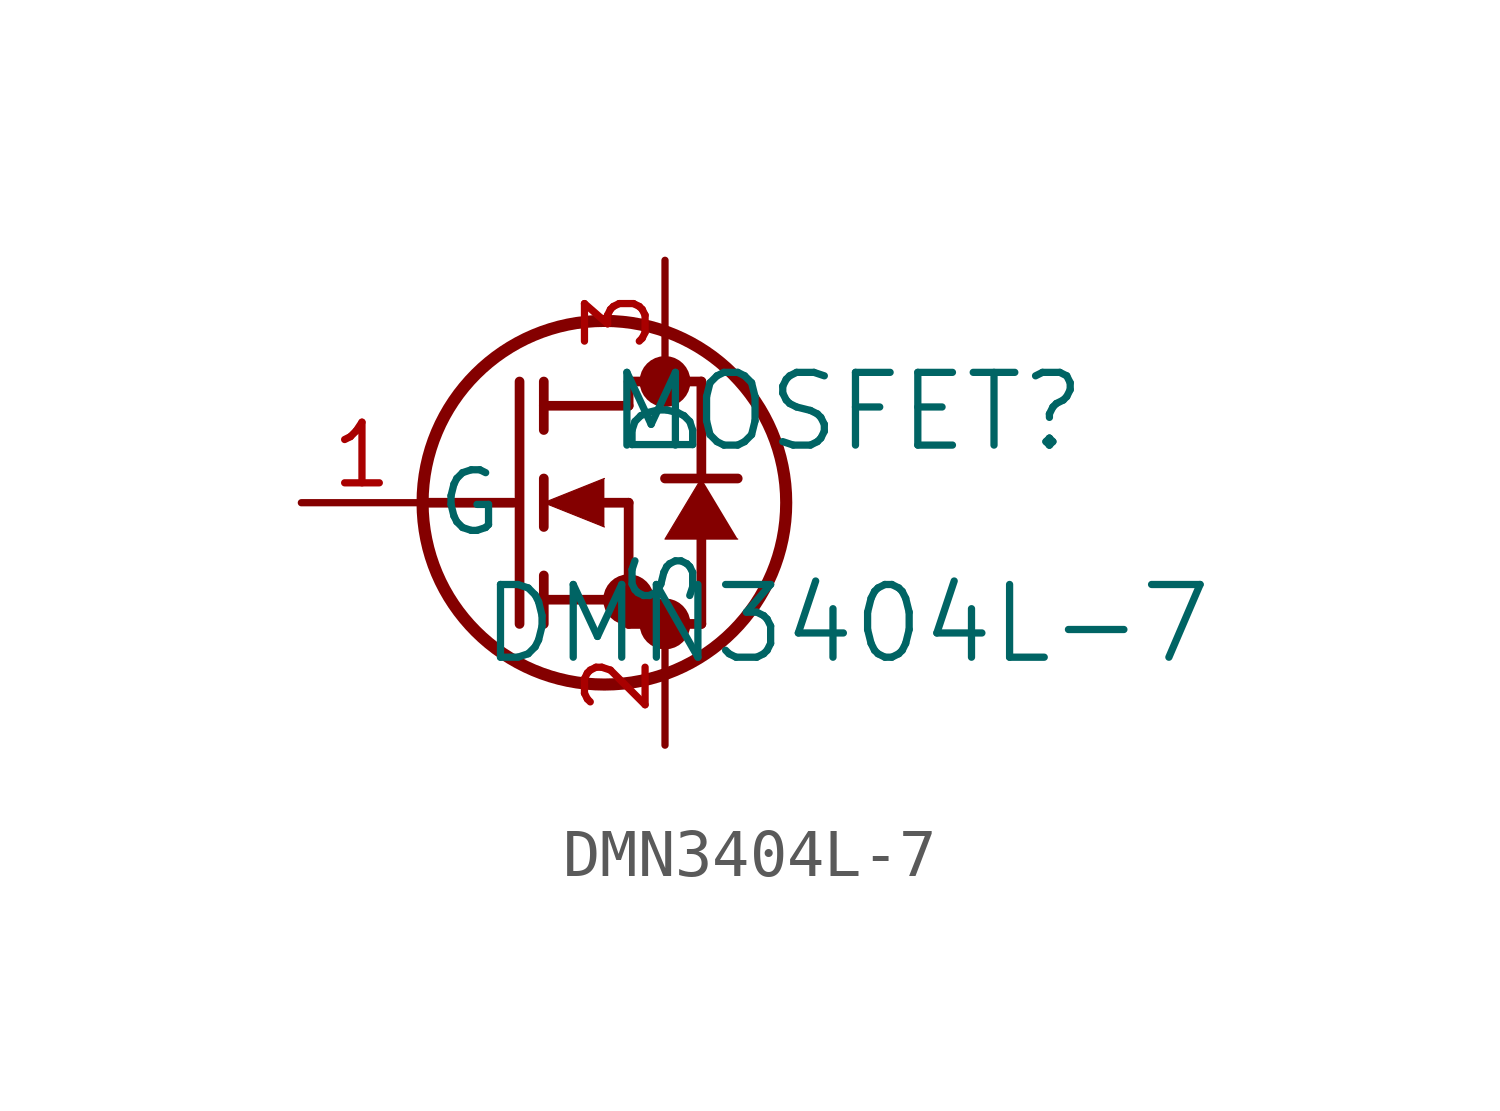
<source format=kicad_sym>
(kicad_symbol_lib
  (version 20211014)
  (generator kicad_symbol_editor)
  (symbol "DMN3404L-7"
    (pin_names
      (offset 0.254))
    (property "Reference" "MOSFET"
      (at 11.43 1.905 0)
      (effects (font (size 1.524 1.524))))
    (property "Value" "DMN3404L-7"
      (at 11.43 -2.54 0)
      (effects (font (size 1.524 1.524))))
    (symbol "DMN3404L-7_0_1"
      (circle (center 7.62 2.54) (radius 0.025) (stroke (width 0.508) (type default) (color 0 0 0 0)) (fill (type none)))
      (circle (center 7.62 -2.54) (radius 0.025) (stroke (width 0.508) (type default) (color 0 0 0 0)) (fill (type none)))
      (circle (center 6.858 -2.032) (radius 0.025) (stroke (width 0.508) (type default) (color 0 0 0 0)) (fill (type none)))
      (circle (center 6.35 0) (radius 3.81) (stroke (width 0.254) (type default) (color 0 0 0 0)) (fill (type none)))
      (polyline (pts (xy 2.54 0) (xy 4.445 0)) (stroke (width 0.203) (type default) (color 0 0 0 0)) (fill (type none)))
      (polyline (pts (xy 4.572 -2.54) (xy 4.572 2.54)) (stroke (width 0.203) (type default) (color 0 0 0 0)) (fill (type none)))
      (polyline (pts (xy 5.08 -0.508) (xy 5.08 0.508)) (stroke (width 0.203) (type default) (color 0 0 0 0)) (fill (type none)))
      (polyline (pts (xy 5.08 -2.54) (xy 5.08 -1.524)) (stroke (width 0.203) (type default) (color 0 0 0 0)) (fill (type none)))
      (polyline (pts (xy 5.08 1.524) (xy 5.08 2.54)) (stroke (width 0.203) (type default) (color 0 0 0 0)) (fill (type none)))
      (polyline (pts (xy 6.35 0) (xy 6.858 0)) (stroke (width 0.203) (type default) (color 0 0 0 0)) (fill (type none)))
      (polyline (pts (xy 5.08 -2.032) (xy 6.858 -2.032)) (stroke (width 0.203) (type default) (color 0 0 0 0)) (fill (type none)))
      (polyline (pts (xy 6.858 -2.54) (xy 6.858 0)) (stroke (width 0.203) (type default) (color 0 0 0 0)) (fill (type none)))
      (polyline (pts (xy 6.858 -2.54) (xy 8.382 -2.54)) (stroke (width 0.203) (type default) (color 0 0 0 0)) (fill (type none)))
      (polyline (pts (xy 5.08 2.032) (xy 6.858 2.032)) (stroke (width 0.203) (type default) (color 0 0 0 0)) (fill (type none)))
      (polyline (pts (xy 8.382 0.508) (xy 8.382 2.54)) (stroke (width 0.203) (type default) (color 0 0 0 0)) (fill (type none)))
      (polyline (pts (xy 6.35 0.508) (xy 5.08 0) (xy 6.35 -0.508)) (stroke (width 0.025) (type default) (color 0 0 0 0)) (fill (type outline)))
      (polyline (pts (xy 9.144 -0.762) (xy 7.62 -0.762) (xy 8.382 0.508)) (stroke (width 0.025) (type default) (color 0 0 0 0)) (fill (type outline)))
      (polyline (pts (xy 8.382 -2.54) (xy 8.382 -0.762)) (stroke (width 0.203) (type default) (color 0 0 0 0)) (fill (type none)))
      (polyline (pts (xy 9.144 0.508) (xy 7.62 0.508)) (stroke (width 0.203) (type default) (color 0 0 0 0)) (fill (type none)))
      (polyline (pts (xy 6.858 2.54) (xy 8.382 2.54)) (stroke (width 0.203) (type default) (color 0 0 0 0)) (fill (type none)))
      (polyline (pts (xy 6.858 2.032) (xy 6.858 2.54)) (stroke (width 0.203) (type default) (color 0 0 0 0)) (fill (type none)))
      (pin unspecified line (at 0 0 0) (length 2.54) (name "G" (effects (font (size 1.27 1.27)))) (number "1" (effects (font (size 1.27 1.27)))))
      (pin unspecified line (at 7.62 -5.08 90) (length 2.54) (name "S" (effects (font (size 1.27 1.27)))) (number "2" (effects (font (size 1.27 1.27)))))
      (pin unspecified line (at 7.62 5.08 270) (length 2.54) (name "D" (effects (font (size 1.27 1.27)))) (number "3" (effects (font (size 1.27 1.27))))))))
</source>
